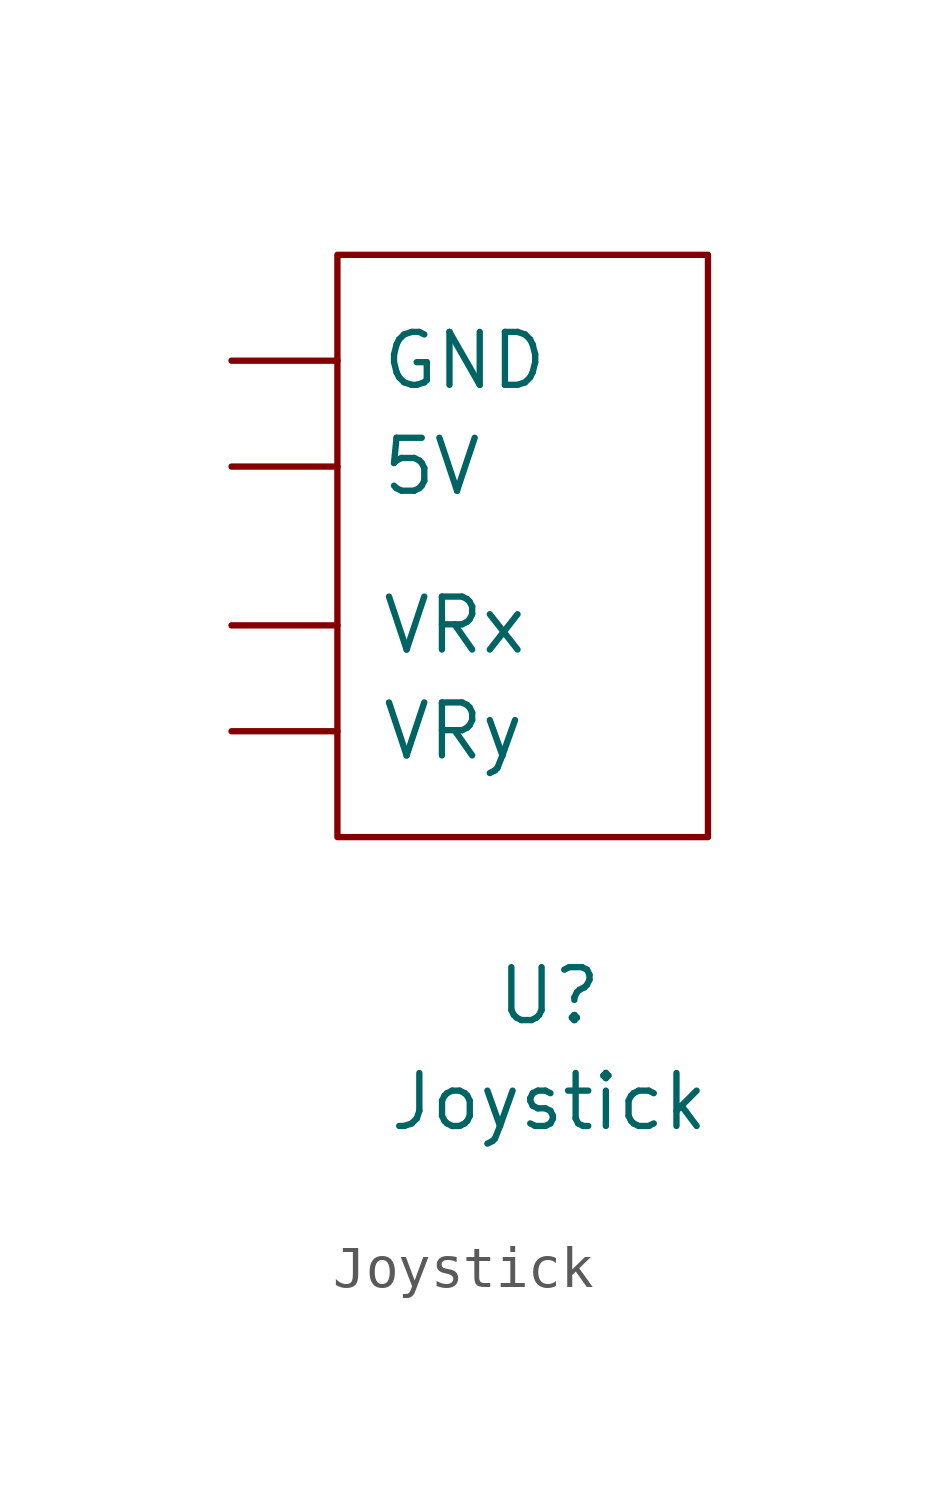
<source format=kicad_sym>
(kicad_symbol_lib
  (version 20211014)
  (generator kicad_symbol_editor)
  (symbol "Joystick"
    (pin_names
      (offset 1.016))
    (property "Reference" "U"
      (at 1.27 3.81 0)
      (effects (font (size 1.27 1.27))))
    (property "Value" "Joystick"
      (at 1.27 1.27 0)
      (effects (font (size 1.27 1.27))))
    (symbol "Joystick_0_1"
      (rectangle (start -3.81 21.59) (end 5.08 7.62) (stroke (width 0) (type default) (color 0 0 0 0)) (fill (type none))))
    (symbol "Joystick_1_1"
      (pin power_in line (at -6.35 16.51 0) (length 2.54) (name "5V" (effects (font (size 1.27 1.27)))) (number "~" (effects (font (size 1.27 1.27)))))
      (pin passive line (at -6.35 19.05 0) (length 2.54) (name "GND" (effects (font (size 1.27 1.27)))) (number "~" (effects (font (size 1.27 1.27)))))
      (pin output line (at -6.35 12.7 0) (length 2.54) (name "VRx" (effects (font (size 1.27 1.27)))) (number "~" (effects (font (size 1.27 1.27)))))
      (pin output line (at -6.35 10.16 0) (length 2.54) (name "VRy" (effects (font (size 1.27 1.27)))) (number "~" (effects (font (size 1.27 1.27))))))))
</source>
